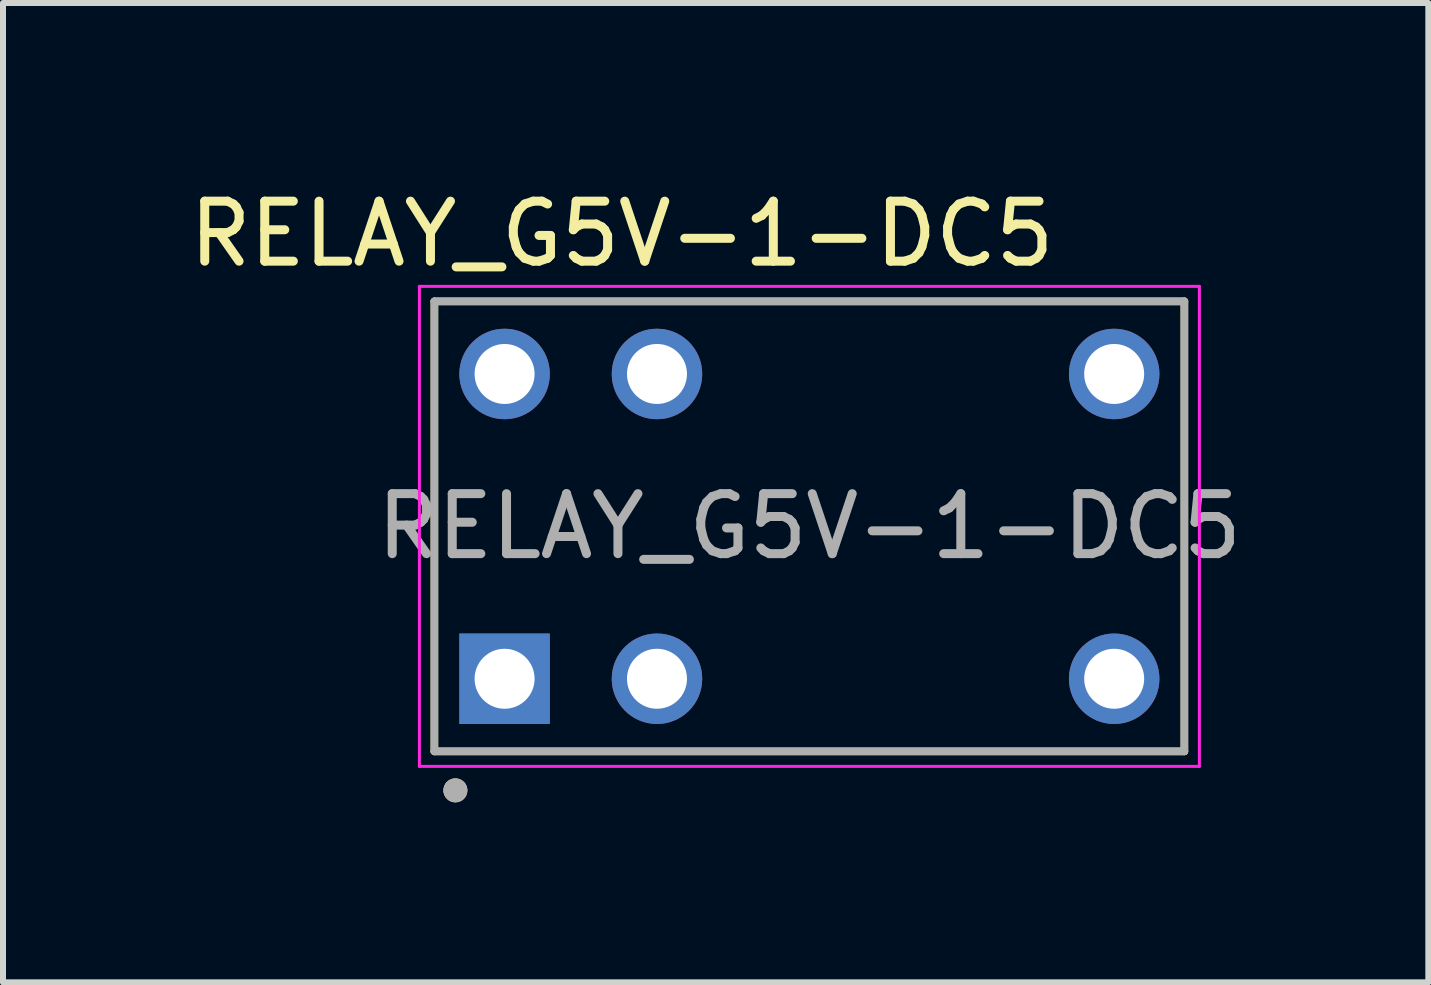
<source format=kicad_pcb>
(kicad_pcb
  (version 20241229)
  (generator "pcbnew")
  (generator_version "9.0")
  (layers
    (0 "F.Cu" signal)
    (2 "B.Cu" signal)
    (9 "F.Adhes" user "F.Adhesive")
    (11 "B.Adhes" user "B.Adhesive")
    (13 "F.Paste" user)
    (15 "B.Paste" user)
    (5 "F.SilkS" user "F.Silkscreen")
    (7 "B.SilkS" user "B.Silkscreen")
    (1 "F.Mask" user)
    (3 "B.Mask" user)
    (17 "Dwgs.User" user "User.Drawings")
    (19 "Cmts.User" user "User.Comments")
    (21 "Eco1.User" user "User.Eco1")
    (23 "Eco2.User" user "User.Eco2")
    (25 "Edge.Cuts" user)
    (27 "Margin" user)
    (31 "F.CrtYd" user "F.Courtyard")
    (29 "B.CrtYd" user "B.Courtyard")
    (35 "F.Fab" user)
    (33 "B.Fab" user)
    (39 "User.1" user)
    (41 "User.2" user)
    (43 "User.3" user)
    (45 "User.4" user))
  (footprint "RELAY_G5V-1-DC5"
    (layer "F.Cu")
    (at 10.44 5.723)
    (property "Reference" "RELAY_G5V-1-DC5" (at -3.125 -4.875 0) (layer "F.SilkS") (effects (font (size 1 1) (thickness 0.15))))
    (attr through_hole)
    (fp_line (start -6.25 -3.75) (end 6.25 -3.75) (stroke (width 0.127) (type solid)) (layer "F.SilkS"))
    (fp_line (start -6.25 3.75) (end -6.25 -3.75) (stroke (width 0.127) (type solid)) (layer "F.SilkS"))
    (fp_line (start 6.25 -3.75) (end 6.25 3.75) (stroke (width 0.127) (type solid)) (layer "F.SilkS"))
    (fp_line (start 6.25 3.75) (end -6.25 3.75) (stroke (width 0.127) (type solid)) (layer "F.SilkS"))
    (fp_circle (center -5.9 4.4) (end -5.8 4.4) (stroke (width 0.2) (type solid)) (fill no) (layer "F.SilkS"))
    (fp_line (start -6.5 -4) (end 6.5 -4) (stroke (width 0.05) (type solid)) (layer "F.CrtYd"))
    (fp_line (start -6.5 4) (end -6.5 -4) (stroke (width 0.05) (type solid)) (layer "F.CrtYd"))
    (fp_line (start 6.5 -4) (end 6.5 4) (stroke (width 0.05) (type solid)) (layer "F.CrtYd"))
    (fp_line (start 6.5 4) (end -6.5 4) (stroke (width 0.05) (type solid)) (layer "F.CrtYd"))
    (fp_line (start -6.25 -3.75) (end 6.25 -3.75) (stroke (width 0.127) (type solid)) (layer "F.Fab"))
    (fp_line (start -6.25 3.75) (end -6.25 -3.75) (stroke (width 0.127) (type solid)) (layer "F.Fab"))
    (fp_line (start 6.25 -3.75) (end 6.25 3.75) (stroke (width 0.127) (type solid)) (layer "F.Fab"))
    (fp_line (start 6.25 3.75) (end -6.25 3.75) (stroke (width 0.127) (type solid)) (layer "F.Fab"))
    (fp_circle (center -5.9 4.4) (end -5.8 4.4) (stroke (width 0.2) (type solid)) (fill no) (layer "F.Fab"))
    (fp_text user "${REFERENCE}" (at 0 0 0) (unlocked yes) (layer "F.Fab") (effects (font (size 1 1) (thickness 0.15))))
    (pad "1" thru_hole rect (at -5.08 2.54) (size 1.508 1.508) (drill 1) (layers "*.Cu" "*.Mask"))
    (pad "2" thru_hole circle (at -2.54 2.54) (size 1.508 1.508) (drill 1) (layers "*.Cu" "*.Mask"))
    (pad "5" thru_hole circle (at 5.08 2.54) (size 1.508 1.508) (drill 1) (layers "*.Cu" "*.Mask"))
    (pad "6" thru_hole circle (at 5.08 -2.54) (size 1.508 1.508) (drill 1) (layers "*.Cu" "*.Mask"))
    (pad "9" thru_hole circle (at -2.54 -2.54) (size 1.508 1.508) (drill 1) (layers "*.Cu" "*.Mask"))
    (pad "10" thru_hole circle (at -5.08 -2.54) (size 1.508 1.508) (drill 1) (layers "*.Cu" "*.Mask")))
  (gr_rect
    (start -3 -3)
    (end 20.756 13.323)
    (stroke (width 0.1) (type default))
    (fill no)
    (layer "Edge.Cuts")))
</source>
